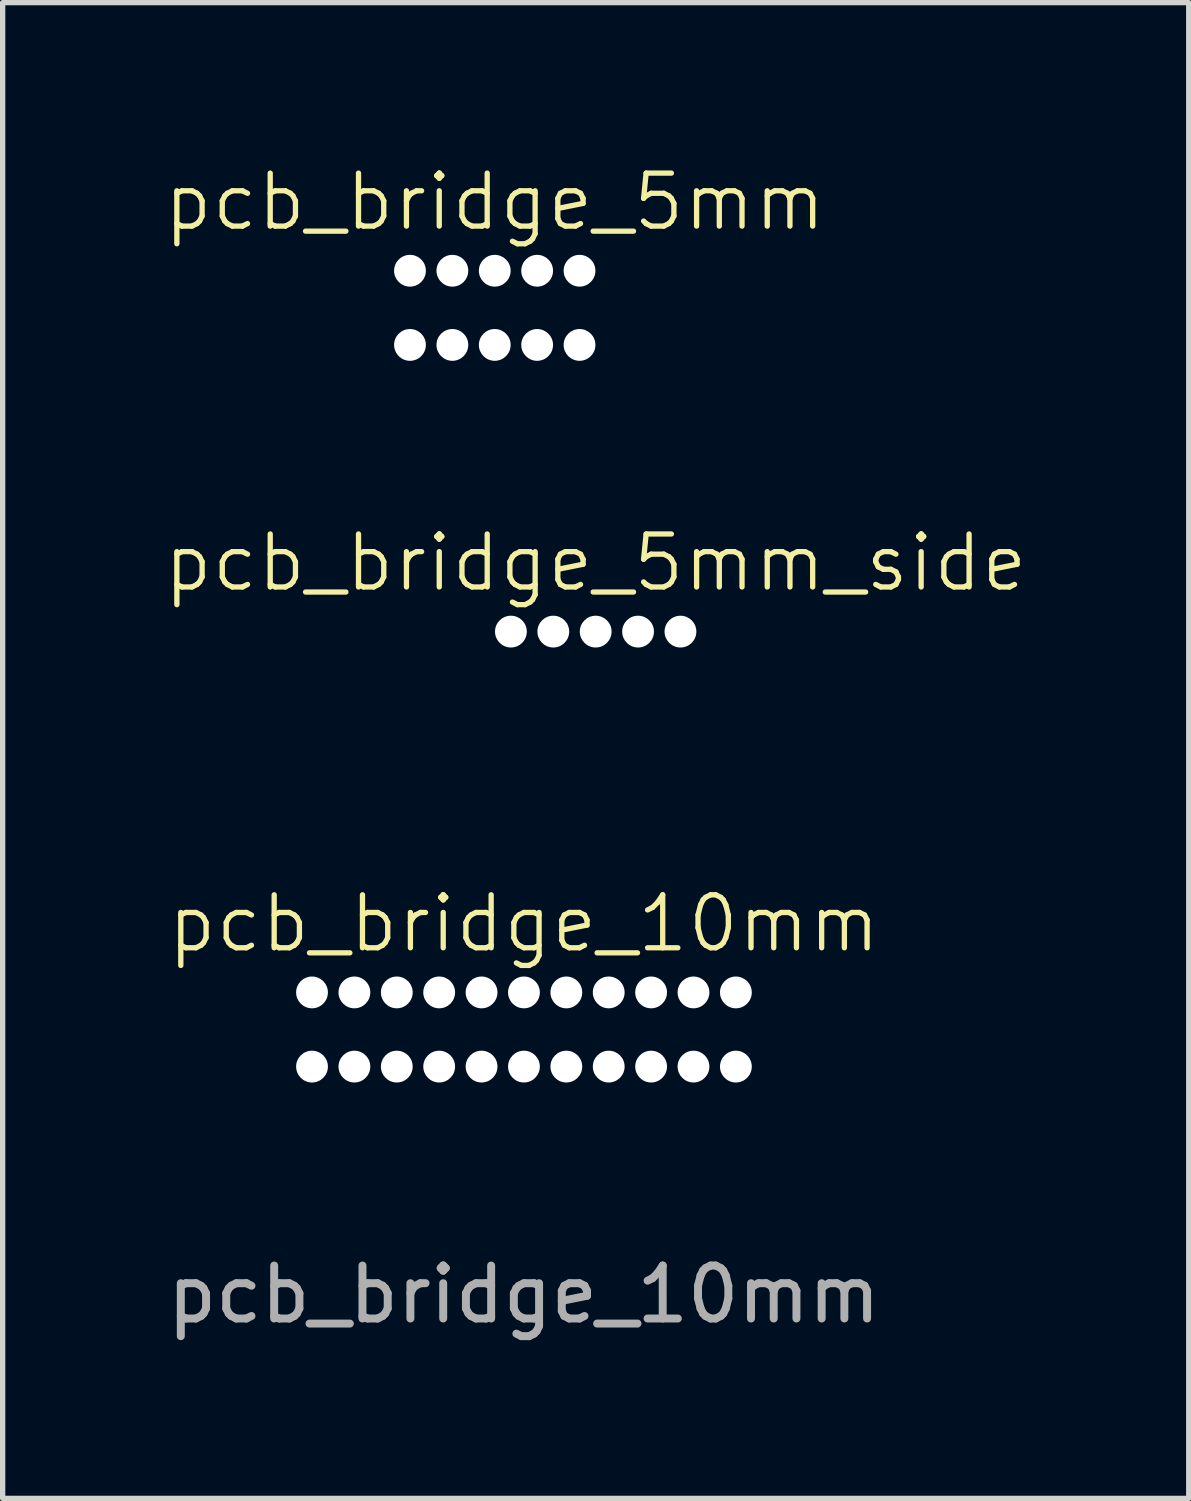
<source format=kicad_pcb>
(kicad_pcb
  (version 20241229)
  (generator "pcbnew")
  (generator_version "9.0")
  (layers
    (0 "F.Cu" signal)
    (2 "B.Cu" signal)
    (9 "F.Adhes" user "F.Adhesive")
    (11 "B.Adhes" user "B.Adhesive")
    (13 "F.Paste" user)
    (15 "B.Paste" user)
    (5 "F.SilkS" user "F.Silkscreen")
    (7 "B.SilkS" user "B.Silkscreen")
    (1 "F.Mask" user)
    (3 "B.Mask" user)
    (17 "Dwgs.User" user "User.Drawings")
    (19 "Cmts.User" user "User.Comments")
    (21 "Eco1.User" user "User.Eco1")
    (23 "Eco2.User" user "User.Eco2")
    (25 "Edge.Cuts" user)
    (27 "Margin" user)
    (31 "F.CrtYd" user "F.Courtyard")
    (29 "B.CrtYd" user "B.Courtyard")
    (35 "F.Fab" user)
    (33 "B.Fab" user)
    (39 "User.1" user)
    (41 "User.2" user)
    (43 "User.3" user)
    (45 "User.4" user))
  (footprint "pcb_bridge_5mm"
    (layer "F.Cu")
    (at 6.288 2.76)
    (property "Reference" "pcb_bridge_5mm" (at 0 -2 0) (unlocked yes) (layer "F.SilkS") (effects (font (size 1 1) (thickness 0.1))))
    (attr smd)
    (fp_line (start -2.5 -1) (end 2.5 -1) (stroke (width 0.1) (type default)) (layer "User.1"))
    (fp_line (start 2.5 1) (end -2.5 1) (stroke (width 0.1) (type default)) (layer "User.1"))
    (fp_arc (start -2.5 -1) (mid -1.5 0) (end -2.5 1) (stroke (width 0.1) (type default)) (layer "User.1"))
    (fp_arc (start 2.5 1) (mid 1.5 0) (end 2.5 -1) (stroke (width 0.1) (type default)) (layer "User.1"))
    (pad "" np_thru_hole circle (at -1.6 -0.7) (size 0.6 0.6) (drill 0.6) (layers "*.Cu" "*.Mask"))
    (pad "" np_thru_hole circle (at -1.6 0.7) (size 0.6 0.6) (drill 0.6) (layers "*.Cu" "*.Mask"))
    (pad "" np_thru_hole circle (at -0.8 -0.7) (size 0.6 0.6) (drill 0.6) (layers "*.Cu" "*.Mask"))
    (pad "" np_thru_hole circle (at -0.8 0.7) (size 0.6 0.6) (drill 0.6) (layers "*.Cu" "*.Mask"))
    (pad "" np_thru_hole circle (at 0 -0.7) (size 0.6 0.6) (drill 0.6) (layers "*.Cu" "*.Mask"))
    (pad "" np_thru_hole circle (at 0 0.7) (size 0.6 0.6) (drill 0.6) (layers "*.Cu" "*.Mask"))
    (pad "" np_thru_hole circle (at 0.8 -0.7) (size 0.6 0.6) (drill 0.6) (layers "*.Cu" "*.Mask"))
    (pad "" np_thru_hole circle (at 0.8 0.7) (size 0.6 0.6) (drill 0.6) (layers "*.Cu" "*.Mask"))
    (pad "" np_thru_hole circle (at 1.6 -0.7) (size 0.6 0.6) (drill 0.6) (layers "*.Cu" "*.Mask"))
    (pad "" np_thru_hole circle (at 1.6 0.7) (size 0.6 0.6) (drill 0.6) (layers "*.Cu" "*.Mask")))
  (footprint "pcb_bridge_10mm"
    (layer "F.Cu")
    (at 6.839 16.381)
    (property "Reference" "pcb_bridge_10mm" (at 0 -2 0) (unlocked yes) (layer "F.SilkS") (effects (font (size 1 1) (thickness 0.1))))
    (attr smd)
    (fp_line (start -5 -1) (end 5 -1) (stroke (width 0.1) (type default)) (layer "User.1"))
    (fp_line (start 5 1) (end -5 1) (stroke (width 0.1) (type default)) (layer "User.1"))
    (fp_arc (start -5 -1) (mid -4 0) (end -5 1) (stroke (width 0.1) (type default)) (layer "User.1"))
    (fp_arc (start 5 1) (mid 4 0) (end 5 -1) (stroke (width 0.1) (type default)) (layer "User.1"))
    (fp_line (start -5 1) (end 5 1) (stroke (width 0.1) (type default)) (layer "User.7"))
    (fp_line (start 5 -1) (end -5 -1) (stroke (width 0.1) (type default)) (layer "User.7"))
    (fp_arc (start -5 -1) (mid -4 0) (end -5 1) (stroke (width 0.1) (type default)) (layer "User.7"))
    (fp_arc (start 5 1) (mid 4 0) (end 5 -1) (stroke (width 0.1) (type default)) (layer "User.7"))
    (fp_text user "${REFERENCE}" (at 0 5 0) (unlocked yes) (layer "F.Fab") (effects (font (size 1 1) (thickness 0.15))))
    (pad "" np_thru_hole circle (at -4 -0.7) (size 0.6 0.6) (drill 0.6) (layers "*.Cu" "*.Mask"))
    (pad "" np_thru_hole circle (at -4 0.7) (size 0.6 0.6) (drill 0.6) (layers "*.Cu" "*.Mask"))
    (pad "" np_thru_hole circle (at -3.2 -0.7) (size 0.6 0.6) (drill 0.6) (layers "*.Cu" "*.Mask"))
    (pad "" np_thru_hole circle (at -3.2 0.7) (size 0.6 0.6) (drill 0.6) (layers "*.Cu" "*.Mask"))
    (pad "" np_thru_hole circle (at -2.4 -0.7) (size 0.6 0.6) (drill 0.6) (layers "*.Cu" "*.Mask"))
    (pad "" np_thru_hole circle (at -2.4 0.7) (size 0.6 0.6) (drill 0.6) (layers "*.Cu" "*.Mask"))
    (pad "" np_thru_hole circle (at -1.6 -0.7) (size 0.6 0.6) (drill 0.6) (layers "*.Cu" "*.Mask"))
    (pad "" np_thru_hole circle (at -1.6 0.7) (size 0.6 0.6) (drill 0.6) (layers "*.Cu" "*.Mask"))
    (pad "" np_thru_hole circle (at -0.8 -0.7) (size 0.6 0.6) (drill 0.6) (layers "*.Cu" "*.Mask"))
    (pad "" np_thru_hole circle (at -0.8 0.7) (size 0.6 0.6) (drill 0.6) (layers "*.Cu" "*.Mask"))
    (pad "" np_thru_hole circle (at 0 -0.7) (size 0.6 0.6) (drill 0.6) (layers "*.Cu" "*.Mask"))
    (pad "" np_thru_hole circle (at 0 0.7) (size 0.6 0.6) (drill 0.6) (layers "*.Cu" "*.Mask"))
    (pad "" np_thru_hole circle (at 0.8 -0.7) (size 0.6 0.6) (drill 0.6) (layers "*.Cu" "*.Mask"))
    (pad "" np_thru_hole circle (at 0.8 0.7) (size 0.6 0.6) (drill 0.6) (layers "*.Cu" "*.Mask"))
    (pad "" np_thru_hole circle (at 1.6 -0.7) (size 0.6 0.6) (drill 0.6) (layers "*.Cu" "*.Mask"))
    (pad "" np_thru_hole circle (at 1.6 0.7) (size 0.6 0.6) (drill 0.6) (layers "*.Cu" "*.Mask"))
    (pad "" np_thru_hole circle (at 2.4 -0.7) (size 0.6 0.6) (drill 0.6) (layers "*.Cu" "*.Mask"))
    (pad "" np_thru_hole circle (at 2.4 0.7) (size 0.6 0.6) (drill 0.6) (layers "*.Cu" "*.Mask"))
    (pad "" np_thru_hole circle (at 3.2 -0.7) (size 0.6 0.6) (drill 0.6) (layers "*.Cu" "*.Mask"))
    (pad "" np_thru_hole circle (at 3.2 0.7) (size 0.6 0.6) (drill 0.6) (layers "*.Cu" "*.Mask"))
    (pad "" np_thru_hole circle (at 4 -0.7) (size 0.6 0.6) (drill 0.6) (layers "*.Cu" "*.Mask"))
    (pad "" np_thru_hole circle (at 4 0.7) (size 0.6 0.6) (drill 0.6) (layers "*.Cu" "*.Mask")))
  (footprint "pcb_bridge_5mm_side"
    (layer "F.Cu")
    (at 8.193 9.571)
    (property "Reference" "pcb_bridge_5mm_side" (at 0 -2 0) (unlocked yes) (layer "F.SilkS") (effects (font (size 1 1) (thickness 0.1))))
    (attr smd)
    (fp_line (start -2.5 -1) (end 2.5 -1) (stroke (width 0.1) (type default)) (layer "User.1"))
    (fp_line (start 2.5 1) (end -2.5 1) (stroke (width 0.1) (type default)) (layer "User.1"))
    (fp_arc (start -2.5 -1) (mid -1.5 0) (end -2.5 1) (stroke (width 0.1) (type default)) (layer "User.1"))
    (fp_arc (start 2.5 1) (mid 1.5 0) (end 2.5 -1) (stroke (width 0.1) (type default)) (layer "User.1"))
    (pad "" np_thru_hole circle (at -1.6 -0.7) (size 0.6 0.6) (drill 0.6) (layers "*.Cu" "*.Mask"))
    (pad "" np_thru_hole circle (at -0.8 -0.7) (size 0.6 0.6) (drill 0.6) (layers "*.Cu" "*.Mask"))
    (pad "" np_thru_hole circle (at 0 -0.7) (size 0.6 0.6) (drill 0.6) (layers "*.Cu" "*.Mask"))
    (pad "" np_thru_hole circle (at 0.8 -0.7) (size 0.6 0.6) (drill 0.6) (layers "*.Cu" "*.Mask"))
    (pad "" np_thru_hole circle (at 1.6 -0.7) (size 0.6 0.6) (drill 0.6) (layers "*.Cu" "*.Mask")))
  (gr_rect
    (start -3 -3)
    (end 19.386 25.23)
    (stroke (width 0.1) (type default))
    (fill no)
    (layer "Edge.Cuts")))
</source>
